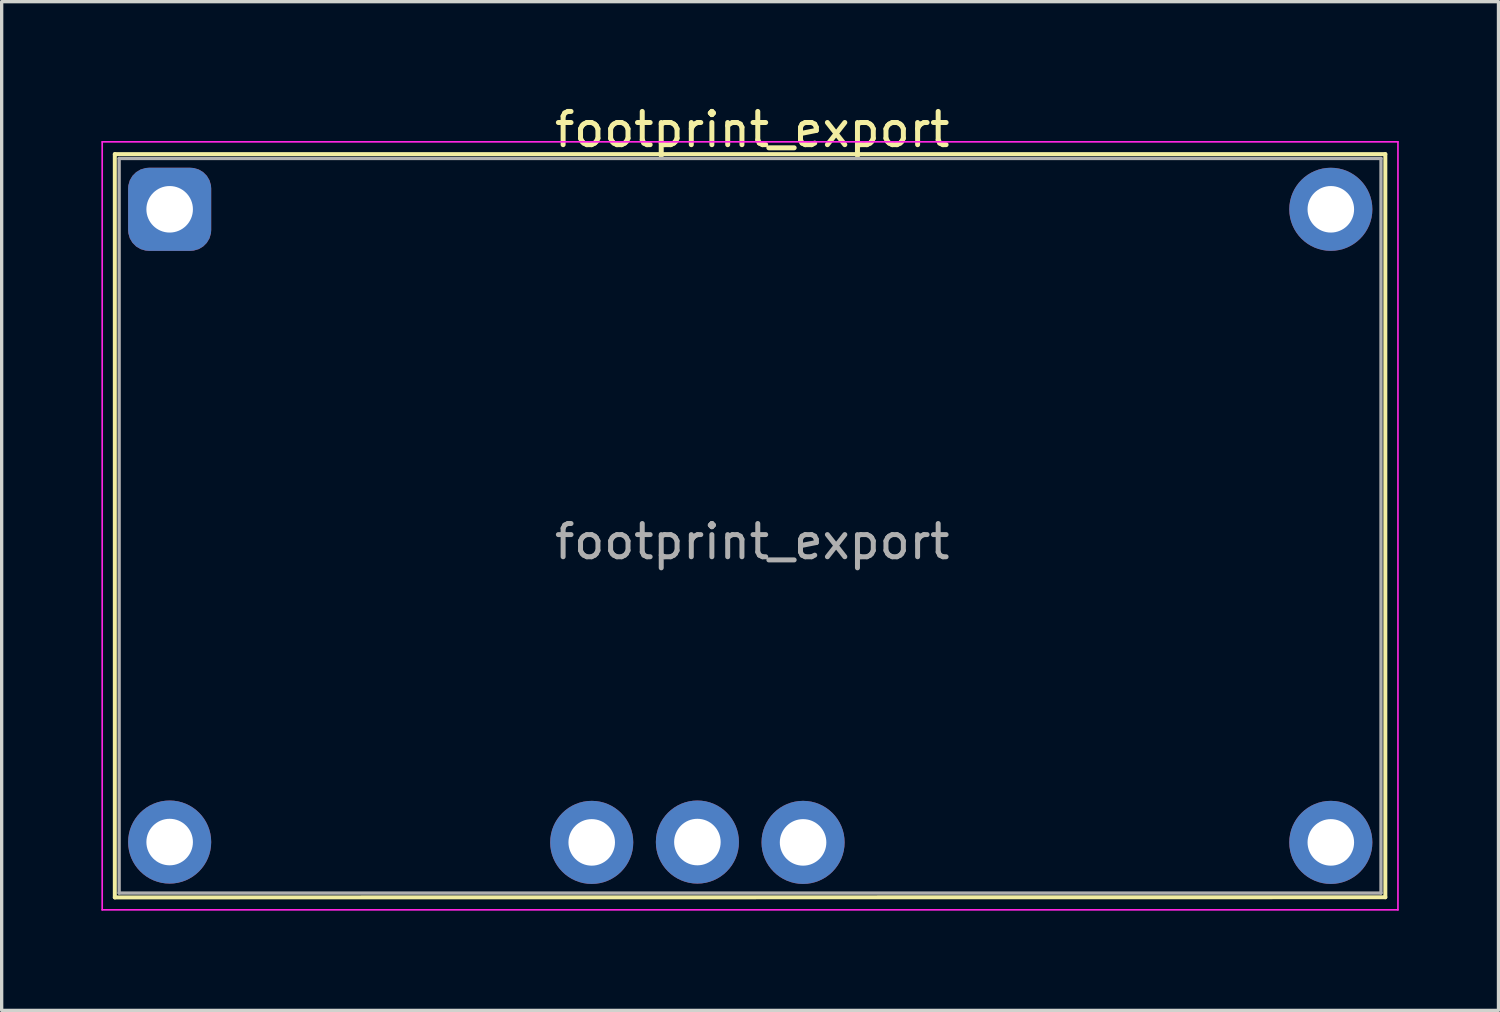
<source format=kicad_pcb>
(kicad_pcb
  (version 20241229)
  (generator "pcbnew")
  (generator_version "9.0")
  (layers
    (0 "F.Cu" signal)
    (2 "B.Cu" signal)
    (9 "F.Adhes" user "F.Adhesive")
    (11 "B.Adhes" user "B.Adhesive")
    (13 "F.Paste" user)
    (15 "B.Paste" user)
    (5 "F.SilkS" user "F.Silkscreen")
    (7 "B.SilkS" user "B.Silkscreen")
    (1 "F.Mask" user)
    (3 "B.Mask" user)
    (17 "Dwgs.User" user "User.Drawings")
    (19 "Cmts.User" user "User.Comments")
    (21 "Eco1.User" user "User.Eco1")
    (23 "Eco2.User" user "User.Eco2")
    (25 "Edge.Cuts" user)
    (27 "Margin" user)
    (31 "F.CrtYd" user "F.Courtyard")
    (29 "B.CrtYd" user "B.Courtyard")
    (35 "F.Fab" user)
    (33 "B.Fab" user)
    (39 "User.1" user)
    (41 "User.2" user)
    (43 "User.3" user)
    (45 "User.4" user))
  (footprint "footprint_export"
    (layer "F.Cu")
    (at 2.055 3.248)
    (property "Reference" "footprint_export" (at 17.53 -2.4 0) (layer "F.SilkS") (effects (font (size 1 1) (thickness 0.15))))
    (attr through_hole)
    (fp_line (start -1.65 -1.66) (end -1.65 20.705) (stroke (width 0.12) (type solid)) (layer "F.SilkS"))
    (fp_line (start -1.65 -1.66) (end 36.58 -1.66) (stroke (width 0.12) (type solid)) (layer "F.SilkS"))
    (fp_line (start -1.65 20.705) (end 36.58 20.7) (stroke (width 0.12) (type solid)) (layer "F.SilkS"))
    (fp_line (start 36.58 -1.66) (end 36.58 20.7) (stroke (width 0.12) (type solid)) (layer "F.SilkS"))
    (fp_line (start -2.03 21.08) (end -2.03 -2.03) (stroke (width 0.05) (type solid)) (layer "F.CrtYd"))
    (fp_line (start -2.03 21.08) (end 36.96 21.08) (stroke (width 0.05) (type solid)) (layer "F.CrtYd"))
    (fp_line (start 36.96 -2.03) (end -2.03 -2.03) (stroke (width 0.05) (type solid)) (layer "F.CrtYd"))
    (fp_line (start 36.96 -2.03) (end 36.96 21.08) (stroke (width 0.05) (type solid)) (layer "F.CrtYd"))
    (fp_line (start -1.52 20.575) (end -1.52 -1.53) (stroke (width 0.1) (type solid)) (layer "F.Fab"))
    (fp_line (start 36.45 -1.53) (end -1.52 -1.53) (stroke (width 0.1) (type solid)) (layer "F.Fab"))
    (fp_line (start 36.45 20.575) (end -1.52 20.575) (stroke (width 0.1) (type solid)) (layer "F.Fab"))
    (fp_line (start 36.45 20.575) (end 36.45 -1.53) (stroke (width 0.1) (type solid)) (layer "F.Fab"))
    (fp_text user "${REFERENCE}" (at 17.53 10 0) (layer "F.Fab") (effects (font (size 1 1) (thickness 0.15))))
    (pad "1" thru_hole roundrect (at 0 0) (size 2.5 2.5) (drill 1.4) (layers "*.Cu" "*.Mask") (roundrect_rratio 0.25))
    (pad "2" thru_hole circle (at 0 19.04) (size 2.5 2.5) (drill 1.4) (layers "*.Cu" "*.Mask"))
    (pad "3" thru_hole circle (at 12.7 19.05) (size 2.5 2.5) (drill 1.4) (layers "*.Cu" "*.Mask"))
    (pad "4" thru_hole circle (at 15.88 19.04) (size 2.5 2.5) (drill 1.4) (layers "*.Cu" "*.Mask"))
    (pad "5" thru_hole circle (at 19.06 19.05) (size 2.5 2.5) (drill 1.4) (layers "*.Cu" "*.Mask"))
    (pad "6" thru_hole circle (at 34.94 19.05) (size 2.5 2.5) (drill 1.4) (layers "*.Cu" "*.Mask"))
    (pad "7" thru_hole circle (at 34.94 0) (size 2.5 2.5) (drill 1.4) (layers "*.Cu" "*.Mask")))
  (gr_rect
    (start -3 -3)
    (end 42.04 27.353)
    (stroke (width 0.1) (type default))
    (fill no)
    (layer "Edge.Cuts")))
</source>
